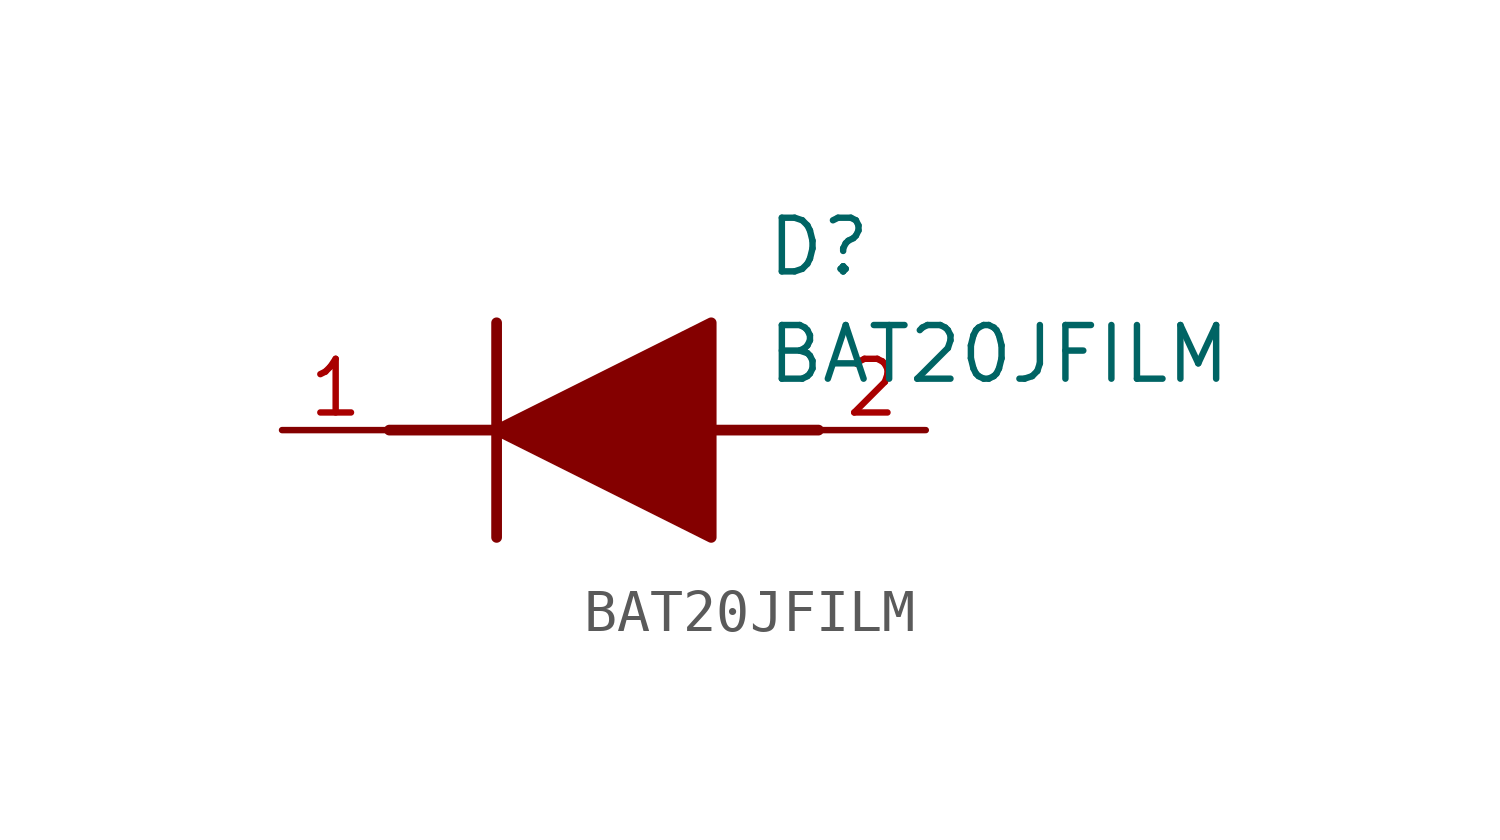
<source format=kicad_sym>
(kicad_symbol_lib
  (version 20211014)
  (generator SamacSys_ECAD_Model)
  (symbol "BAT20JFILM"
    (pin_names hide)
    (property "Reference" "D"
      (at 11.43 5.08 0)
      (effects (font (size 1.27 1.27)) (justify left top)))
    (property "Value" "BAT20JFILM"
      (at 11.43 2.54 0)
      (effects (font (size 1.27 1.27)) (justify left top)))
    (polyline
      (pts (xy 5.08 2.54) (xy 5.08 -2.54))
      (stroke (width 0.254) (type default))
      (fill (type none)))
    (polyline
      (pts (xy 2.54 0) (xy 5.08 0))
      (stroke (width 0.254) (type default))
      (fill (type none)))
    (polyline
      (pts (xy 10.16 0) (xy 12.7 0))
      (stroke (width 0.254) (type default))
      (fill (type none)))
    (polyline
      (pts (xy 5.08 0) (xy 10.16 2.54) (xy 10.16 -2.54) (xy 5.08 0))
      (stroke (width 0.254) (type default))
      (fill (type outline)))
    (pin passive line
      (at 0 0 0)
      (length 2.54)
      (name "K" (effects (font (size 1.27 1.27))))
      (number "1" (effects (font (size 1.27 1.27)))))
    (pin passive line
      (at 15.24 0 180)
      (length 2.54)
      (name "A" (effects (font (size 1.27 1.27))))
      (number "2" (effects (font (size 1.27 1.27)))))))
</source>
